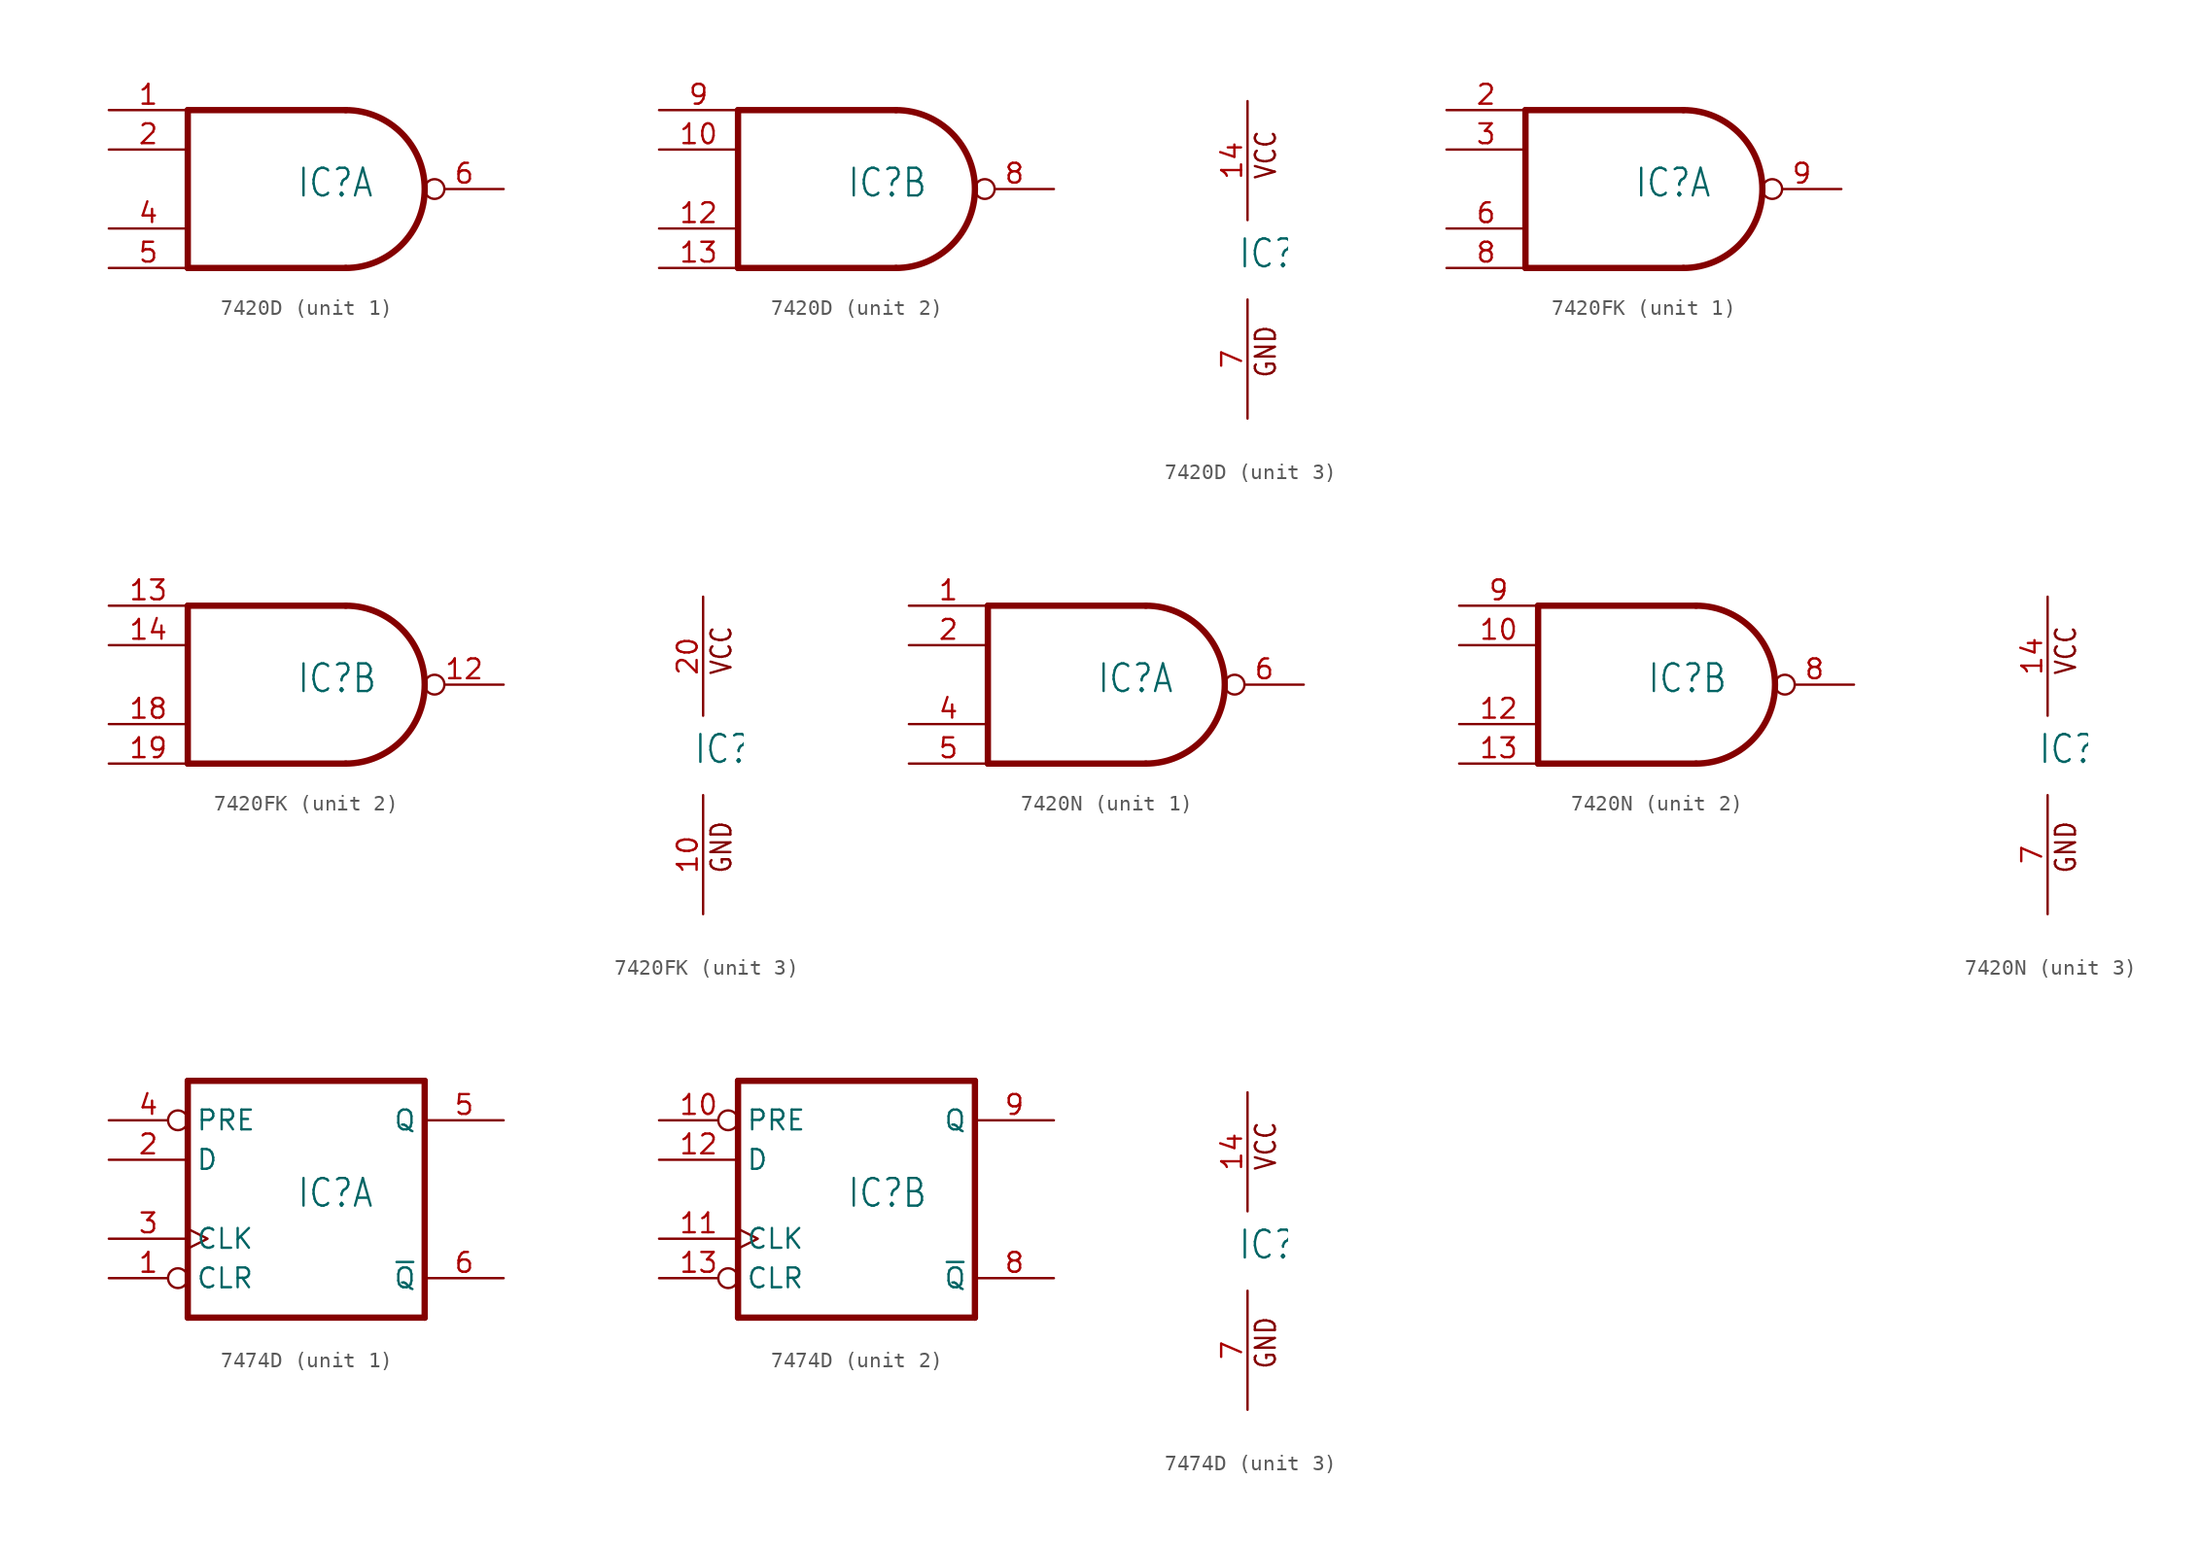
<source format=kicad_sym>
(kicad_symbol_lib
  (version 20220914)
  (generator kicad_symbol_editor)
  (symbol "7420D"
    (property "Reference" "IC"
      (at -0.635 -0.635 0)
      (effects (font (size 1.778 1.511)) (justify left bottom)))
    (property "ki_locked" ""
      (at 0 0 0)
      (effects (font (size 1.27 1.27))))
    (symbol "7420D_1_0"
      (polyline (pts (xy -7.62 -5.08) (xy 2.54 -5.08)) (stroke (width 0.406) (type solid)) (fill (type none)))
      (polyline (pts (xy -7.62 5.08) (xy -7.62 -5.08)) (stroke (width 0.406) (type solid)) (fill (type none)))
      (polyline (pts (xy 2.54 5.08) (xy -7.62 5.08)) (stroke (width 0.406) (type solid)) (fill (type none)))
      (arc (start 2.5398 -5.08) (mid 7.6199 -0.0001) (end 2.54 5.08) (stroke (width 0.4064) (type solid)) (fill (type none)))
      (pin input line (at -12.7 5.08 0) (length 5.08) (name "I0" (effects (font (size 0 0)))) (number "1" (effects (font (size 1.27 1.27)))))
      (pin input line (at -12.7 2.54 0) (length 5.08) (name "I1" (effects (font (size 0 0)))) (number "2" (effects (font (size 1.27 1.27)))))
      (pin input line (at -12.7 -2.54 0) (length 5.08) (name "I2" (effects (font (size 0 0)))) (number "4" (effects (font (size 1.27 1.27)))))
      (pin input line (at -12.7 -5.08 0) (length 5.08) (name "I3" (effects (font (size 0 0)))) (number "5" (effects (font (size 1.27 1.27)))))
      (pin output inverted (at 12.7 0 180) (length 5.08) (name "O" (effects (font (size 0 0)))) (number "6" (effects (font (size 1.27 1.27))))))
    (symbol "7420D_2_0"
      (polyline (pts (xy -7.62 -5.08) (xy 2.54 -5.08)) (stroke (width 0.406) (type solid)) (fill (type none)))
      (polyline (pts (xy -7.62 5.08) (xy -7.62 -5.08)) (stroke (width 0.406) (type solid)) (fill (type none)))
      (polyline (pts (xy 2.54 5.08) (xy -7.62 5.08)) (stroke (width 0.406) (type solid)) (fill (type none)))
      (arc (start 2.5398 -5.08) (mid 7.6199 -0.0001) (end 2.54 5.08) (stroke (width 0.4064) (type solid)) (fill (type none)))
      (pin input line (at -12.7 2.54 0) (length 5.08) (name "I1" (effects (font (size 0 0)))) (number "10" (effects (font (size 1.27 1.27)))))
      (pin input line (at -12.7 -2.54 0) (length 5.08) (name "I2" (effects (font (size 0 0)))) (number "12" (effects (font (size 1.27 1.27)))))
      (pin input line (at -12.7 -5.08 0) (length 5.08) (name "I3" (effects (font (size 0 0)))) (number "13" (effects (font (size 1.27 1.27)))))
      (pin output inverted (at 12.7 0 180) (length 5.08) (name "O" (effects (font (size 0 0)))) (number "8" (effects (font (size 1.27 1.27)))))
      (pin input line (at -12.7 5.08 0) (length 5.08) (name "I0" (effects (font (size 0 0)))) (number "9" (effects (font (size 1.27 1.27))))))
    (symbol "7420D_3_0"
      (text "GND" (at 1.905 -7.62 900) (effects (font (size 1.27 1.079)) (justify left bottom)))
      (text "VCC" (at 1.905 5.08 900) (effects (font (size 1.27 1.079)) (justify left bottom)))
      (pin power_in line (at 0 10.16 270) (length 7.62) (name "VCC" (effects (font (size 0 0)))) (number "14" (effects (font (size 1.27 1.27)))))
      (pin power_in line (at 0 -10.16 90) (length 7.62) (name "GND" (effects (font (size 0 0)))) (number "7" (effects (font (size 1.27 1.27)))))))
  (symbol "7420FK"
    (property "Reference" "IC"
      (at -0.635 -0.635 0)
      (effects (font (size 1.778 1.511)) (justify left bottom)))
    (property "ki_locked" ""
      (at 0 0 0)
      (effects (font (size 1.27 1.27))))
    (symbol "7420FK_1_0"
      (polyline (pts (xy -7.62 -5.08) (xy 2.54 -5.08)) (stroke (width 0.406) (type solid)) (fill (type none)))
      (polyline (pts (xy -7.62 5.08) (xy -7.62 -5.08)) (stroke (width 0.406) (type solid)) (fill (type none)))
      (polyline (pts (xy 2.54 5.08) (xy -7.62 5.08)) (stroke (width 0.406) (type solid)) (fill (type none)))
      (arc (start 2.5398 -5.08) (mid 7.6199 -0.0001) (end 2.54 5.08) (stroke (width 0.4064) (type solid)) (fill (type none)))
      (pin input line (at -12.7 5.08 0) (length 5.08) (name "I0" (effects (font (size 0 0)))) (number "2" (effects (font (size 1.27 1.27)))))
      (pin input line (at -12.7 2.54 0) (length 5.08) (name "I1" (effects (font (size 0 0)))) (number "3" (effects (font (size 1.27 1.27)))))
      (pin input line (at -12.7 -2.54 0) (length 5.08) (name "I2" (effects (font (size 0 0)))) (number "6" (effects (font (size 1.27 1.27)))))
      (pin input line (at -12.7 -5.08 0) (length 5.08) (name "I3" (effects (font (size 0 0)))) (number "8" (effects (font (size 1.27 1.27)))))
      (pin output inverted (at 12.7 0 180) (length 5.08) (name "O" (effects (font (size 0 0)))) (number "9" (effects (font (size 1.27 1.27))))))
    (symbol "7420FK_2_0"
      (polyline (pts (xy -7.62 -5.08) (xy 2.54 -5.08)) (stroke (width 0.406) (type solid)) (fill (type none)))
      (polyline (pts (xy -7.62 5.08) (xy -7.62 -5.08)) (stroke (width 0.406) (type solid)) (fill (type none)))
      (polyline (pts (xy 2.54 5.08) (xy -7.62 5.08)) (stroke (width 0.406) (type solid)) (fill (type none)))
      (arc (start 2.5398 -5.08) (mid 7.6199 -0.0001) (end 2.54 5.08) (stroke (width 0.4064) (type solid)) (fill (type none)))
      (pin output inverted (at 12.7 0 180) (length 5.08) (name "O" (effects (font (size 0 0)))) (number "12" (effects (font (size 1.27 1.27)))))
      (pin input line (at -12.7 5.08 0) (length 5.08) (name "I0" (effects (font (size 0 0)))) (number "13" (effects (font (size 1.27 1.27)))))
      (pin input line (at -12.7 2.54 0) (length 5.08) (name "I1" (effects (font (size 0 0)))) (number "14" (effects (font (size 1.27 1.27)))))
      (pin input line (at -12.7 -2.54 0) (length 5.08) (name "I2" (effects (font (size 0 0)))) (number "18" (effects (font (size 1.27 1.27)))))
      (pin input line (at -12.7 -5.08 0) (length 5.08) (name "I3" (effects (font (size 0 0)))) (number "19" (effects (font (size 1.27 1.27))))))
    (symbol "7420FK_3_0"
      (text "GND" (at 1.905 -7.62 900) (effects (font (size 1.27 1.079)) (justify left bottom)))
      (text "VCC" (at 1.905 5.08 900) (effects (font (size 1.27 1.079)) (justify left bottom)))
      (pin power_in line (at 0 -10.16 90) (length 7.62) (name "GND" (effects (font (size 0 0)))) (number "10" (effects (font (size 1.27 1.27)))))
      (pin power_in line (at 0 10.16 270) (length 7.62) (name "VCC" (effects (font (size 0 0)))) (number "20" (effects (font (size 1.27 1.27)))))))
  (symbol "7420N"
    (property "Reference" "IC"
      (at -0.635 -0.635 0)
      (effects (font (size 1.778 1.511)) (justify left bottom)))
    (property "ki_locked" ""
      (at 0 0 0)
      (effects (font (size 1.27 1.27))))
    (symbol "7420N_1_0"
      (polyline (pts (xy -7.62 -5.08) (xy 2.54 -5.08)) (stroke (width 0.406) (type solid)) (fill (type none)))
      (polyline (pts (xy -7.62 5.08) (xy -7.62 -5.08)) (stroke (width 0.406) (type solid)) (fill (type none)))
      (polyline (pts (xy 2.54 5.08) (xy -7.62 5.08)) (stroke (width 0.406) (type solid)) (fill (type none)))
      (arc (start 2.5398 -5.08) (mid 7.6199 -0.0001) (end 2.54 5.08) (stroke (width 0.4064) (type solid)) (fill (type none)))
      (pin input line (at -12.7 5.08 0) (length 5.08) (name "I0" (effects (font (size 0 0)))) (number "1" (effects (font (size 1.27 1.27)))))
      (pin input line (at -12.7 2.54 0) (length 5.08) (name "I1" (effects (font (size 0 0)))) (number "2" (effects (font (size 1.27 1.27)))))
      (pin input line (at -12.7 -2.54 0) (length 5.08) (name "I2" (effects (font (size 0 0)))) (number "4" (effects (font (size 1.27 1.27)))))
      (pin input line (at -12.7 -5.08 0) (length 5.08) (name "I3" (effects (font (size 0 0)))) (number "5" (effects (font (size 1.27 1.27)))))
      (pin output inverted (at 12.7 0 180) (length 5.08) (name "O" (effects (font (size 0 0)))) (number "6" (effects (font (size 1.27 1.27))))))
    (symbol "7420N_2_0"
      (polyline (pts (xy -7.62 -5.08) (xy 2.54 -5.08)) (stroke (width 0.406) (type solid)) (fill (type none)))
      (polyline (pts (xy -7.62 5.08) (xy -7.62 -5.08)) (stroke (width 0.406) (type solid)) (fill (type none)))
      (polyline (pts (xy 2.54 5.08) (xy -7.62 5.08)) (stroke (width 0.406) (type solid)) (fill (type none)))
      (arc (start 2.5398 -5.08) (mid 7.6199 -0.0001) (end 2.54 5.08) (stroke (width 0.4064) (type solid)) (fill (type none)))
      (pin input line (at -12.7 2.54 0) (length 5.08) (name "I1" (effects (font (size 0 0)))) (number "10" (effects (font (size 1.27 1.27)))))
      (pin input line (at -12.7 -2.54 0) (length 5.08) (name "I2" (effects (font (size 0 0)))) (number "12" (effects (font (size 1.27 1.27)))))
      (pin input line (at -12.7 -5.08 0) (length 5.08) (name "I3" (effects (font (size 0 0)))) (number "13" (effects (font (size 1.27 1.27)))))
      (pin output inverted (at 12.7 0 180) (length 5.08) (name "O" (effects (font (size 0 0)))) (number "8" (effects (font (size 1.27 1.27)))))
      (pin input line (at -12.7 5.08 0) (length 5.08) (name "I0" (effects (font (size 0 0)))) (number "9" (effects (font (size 1.27 1.27))))))
    (symbol "7420N_3_0"
      (text "GND" (at 1.905 -7.62 900) (effects (font (size 1.27 1.079)) (justify left bottom)))
      (text "VCC" (at 1.905 5.08 900) (effects (font (size 1.27 1.079)) (justify left bottom)))
      (pin power_in line (at 0 10.16 270) (length 7.62) (name "VCC" (effects (font (size 0 0)))) (number "14" (effects (font (size 1.27 1.27)))))
      (pin power_in line (at 0 -10.16 90) (length 7.62) (name "GND" (effects (font (size 0 0)))) (number "7" (effects (font (size 1.27 1.27)))))))
  (symbol "7474D"
    (property "Reference" "IC"
      (at -0.635 -0.635 0)
      (effects (font (size 1.778 1.511)) (justify left bottom)))
    (property "ki_locked" ""
      (at 0 0 0)
      (effects (font (size 1.27 1.27))))
    (symbol "7474D_1_0"
      (polyline (pts (xy -7.62 -7.62) (xy 7.62 -7.62)) (stroke (width 0.406) (type solid)) (fill (type none)))
      (polyline (pts (xy -7.62 7.62) (xy -7.62 -7.62)) (stroke (width 0.406) (type solid)) (fill (type none)))
      (polyline (pts (xy 7.62 -7.62) (xy 7.62 7.62)) (stroke (width 0.406) (type solid)) (fill (type none)))
      (polyline (pts (xy 7.62 7.62) (xy -7.62 7.62)) (stroke (width 0.406) (type solid)) (fill (type none)))
      (pin input inverted (at -12.7 -5.08 0) (length 5.08) (name "CLR" (effects (font (size 1.27 1.27)))) (number "1" (effects (font (size 1.27 1.27)))))
      (pin input line (at -12.7 2.54 0) (length 5.08) (name "D" (effects (font (size 1.27 1.27)))) (number "2" (effects (font (size 1.27 1.27)))))
      (pin input clock (at -12.7 -2.54 0) (length 5.08) (name "CLK" (effects (font (size 1.27 1.27)))) (number "3" (effects (font (size 1.27 1.27)))))
      (pin input inverted (at -12.7 5.08 0) (length 5.08) (name "PRE" (effects (font (size 1.27 1.27)))) (number "4" (effects (font (size 1.27 1.27)))))
      (pin output line (at 12.7 5.08 180) (length 5.08) (name "Q" (effects (font (size 1.27 1.27)))) (number "5" (effects (font (size 1.27 1.27)))))
      (pin output line (at 12.7 -5.08 180) (length 5.08) (name "~{Q}" (effects (font (size 1.27 1.27)))) (number "6" (effects (font (size 1.27 1.27))))))
    (symbol "7474D_2_0"
      (polyline (pts (xy -7.62 -7.62) (xy 7.62 -7.62)) (stroke (width 0.406) (type solid)) (fill (type none)))
      (polyline (pts (xy -7.62 7.62) (xy -7.62 -7.62)) (stroke (width 0.406) (type solid)) (fill (type none)))
      (polyline (pts (xy 7.62 -7.62) (xy 7.62 7.62)) (stroke (width 0.406) (type solid)) (fill (type none)))
      (polyline (pts (xy 7.62 7.62) (xy -7.62 7.62)) (stroke (width 0.406) (type solid)) (fill (type none)))
      (pin input inverted (at -12.7 5.08 0) (length 5.08) (name "PRE" (effects (font (size 1.27 1.27)))) (number "10" (effects (font (size 1.27 1.27)))))
      (pin input clock (at -12.7 -2.54 0) (length 5.08) (name "CLK" (effects (font (size 1.27 1.27)))) (number "11" (effects (font (size 1.27 1.27)))))
      (pin input line (at -12.7 2.54 0) (length 5.08) (name "D" (effects (font (size 1.27 1.27)))) (number "12" (effects (font (size 1.27 1.27)))))
      (pin input inverted (at -12.7 -5.08 0) (length 5.08) (name "CLR" (effects (font (size 1.27 1.27)))) (number "13" (effects (font (size 1.27 1.27)))))
      (pin output line (at 12.7 -5.08 180) (length 5.08) (name "~{Q}" (effects (font (size 1.27 1.27)))) (number "8" (effects (font (size 1.27 1.27)))))
      (pin output line (at 12.7 5.08 180) (length 5.08) (name "Q" (effects (font (size 1.27 1.27)))) (number "9" (effects (font (size 1.27 1.27))))))
    (symbol "7474D_3_0"
      (text "GND" (at 1.905 -7.62 900) (effects (font (size 1.27 1.079)) (justify left bottom)))
      (text "VCC" (at 1.905 5.08 900) (effects (font (size 1.27 1.079)) (justify left bottom)))
      (pin power_in line (at 0 10.16 270) (length 7.62) (name "VCC" (effects (font (size 0 0)))) (number "14" (effects (font (size 1.27 1.27)))))
      (pin power_in line (at 0 -10.16 90) (length 7.62) (name "GND" (effects (font (size 0 0)))) (number "7" (effects (font (size 1.27 1.27))))))))
</source>
